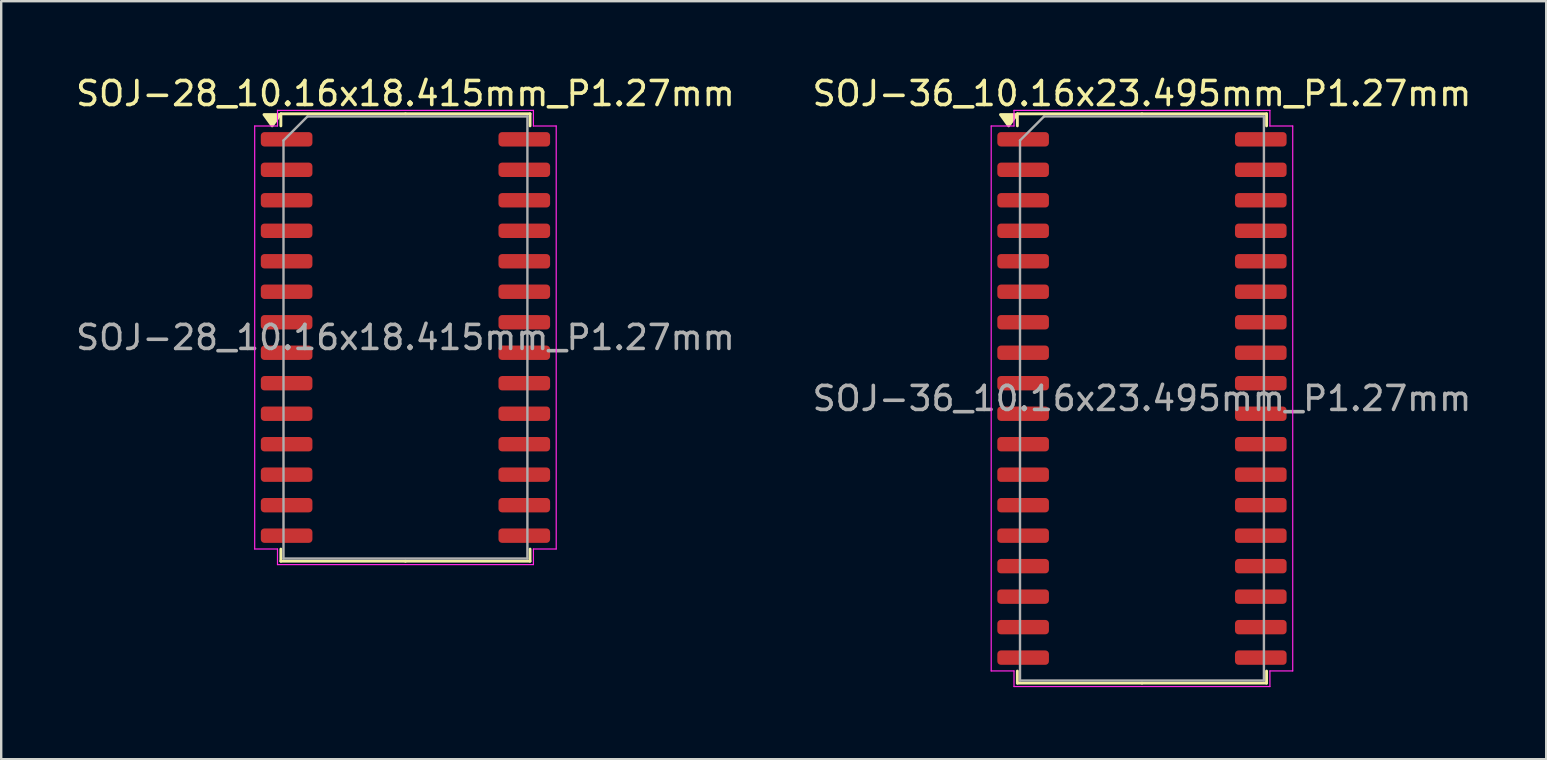
<source format=kicad_pcb>
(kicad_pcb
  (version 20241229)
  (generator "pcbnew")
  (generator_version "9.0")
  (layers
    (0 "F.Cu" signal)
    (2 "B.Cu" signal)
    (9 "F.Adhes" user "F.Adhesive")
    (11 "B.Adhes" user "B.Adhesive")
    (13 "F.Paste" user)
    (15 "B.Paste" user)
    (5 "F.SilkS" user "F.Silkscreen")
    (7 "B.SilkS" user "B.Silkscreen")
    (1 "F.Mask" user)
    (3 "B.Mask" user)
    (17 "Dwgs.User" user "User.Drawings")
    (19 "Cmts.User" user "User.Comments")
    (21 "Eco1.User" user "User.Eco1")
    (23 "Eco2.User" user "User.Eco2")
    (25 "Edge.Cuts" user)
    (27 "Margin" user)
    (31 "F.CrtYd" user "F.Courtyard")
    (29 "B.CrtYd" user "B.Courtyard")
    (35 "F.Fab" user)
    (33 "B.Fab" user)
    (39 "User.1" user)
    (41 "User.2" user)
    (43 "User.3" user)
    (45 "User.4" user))
  (footprint "SOJ-28_10.16x18.415mm_P1.27mm"
    (layer "F.Cu")
    (at 13.839 11.008)
    (property "Reference" "SOJ-28_10.16x18.415mm_P1.27mm" (at 0 -10.16 0) (layer "F.SilkS") (effects (font (size 1 1) (thickness 0.15))))
    (attr smd)
    (fp_line (start -5.19 -9.318) (end -5.19 -8.815) (stroke (width 0.12) (type solid)) (layer "F.SilkS"))
    (fp_line (start -5.19 9.318) (end -5.19 8.815) (stroke (width 0.12) (type solid)) (layer "F.SilkS"))
    (fp_line (start 0 -9.318) (end -5.19 -9.318) (stroke (width 0.12) (type solid)) (layer "F.SilkS"))
    (fp_line (start 0 -9.318) (end 5.19 -9.318) (stroke (width 0.12) (type solid)) (layer "F.SilkS"))
    (fp_line (start 0 9.318) (end -5.19 9.318) (stroke (width 0.12) (type solid)) (layer "F.SilkS"))
    (fp_line (start 0 9.318) (end 5.19 9.318) (stroke (width 0.12) (type solid)) (layer "F.SilkS"))
    (fp_line (start 5.19 -9.318) (end 5.19 -8.815) (stroke (width 0.12) (type solid)) (layer "F.SilkS"))
    (fp_line (start 5.19 9.318) (end 5.19 8.815) (stroke (width 0.12) (type solid)) (layer "F.SilkS"))
    (fp_poly (pts (xy -5.553 -8.815) (xy -5.893 -9.285) (xy -5.213 -9.285)) (stroke (width 0.12) (type solid)) (fill yes) (layer "F.SilkS"))
    (fp_line (start -6.28 -8.81) (end -5.33 -8.81) (stroke (width 0.05) (type solid)) (layer "F.CrtYd"))
    (fp_line (start -6.28 8.81) (end -6.28 -8.81) (stroke (width 0.05) (type solid)) (layer "F.CrtYd"))
    (fp_line (start -5.33 -9.46) (end 5.33 -9.46) (stroke (width 0.05) (type solid)) (layer "F.CrtYd"))
    (fp_line (start -5.33 -8.81) (end -5.33 -9.46) (stroke (width 0.05) (type solid)) (layer "F.CrtYd"))
    (fp_line (start -5.33 8.81) (end -6.28 8.81) (stroke (width 0.05) (type solid)) (layer "F.CrtYd"))
    (fp_line (start -5.33 9.46) (end -5.33 8.81) (stroke (width 0.05) (type solid)) (layer "F.CrtYd"))
    (fp_line (start 5.33 -9.46) (end 5.33 -8.81) (stroke (width 0.05) (type solid)) (layer "F.CrtYd"))
    (fp_line (start 5.33 -8.81) (end 6.28 -8.81) (stroke (width 0.05) (type solid)) (layer "F.CrtYd"))
    (fp_line (start 5.33 8.81) (end 5.33 9.46) (stroke (width 0.05) (type solid)) (layer "F.CrtYd"))
    (fp_line (start 5.33 9.46) (end -5.33 9.46) (stroke (width 0.05) (type solid)) (layer "F.CrtYd"))
    (fp_line (start 6.28 -8.81) (end 6.28 8.81) (stroke (width 0.05) (type solid)) (layer "F.CrtYd"))
    (fp_line (start 6.28 8.81) (end 5.33 8.81) (stroke (width 0.05) (type solid)) (layer "F.CrtYd"))
    (fp_line (start -5.08 -8.207) (end -4.08 -9.207) (stroke (width 0.1) (type solid)) (layer "F.Fab"))
    (fp_line (start -5.08 9.207) (end -5.08 -8.207) (stroke (width 0.1) (type solid)) (layer "F.Fab"))
    (fp_line (start -4.08 -9.207) (end 5.08 -9.207) (stroke (width 0.1) (type solid)) (layer "F.Fab"))
    (fp_line (start 5.08 -9.207) (end 5.08 9.207) (stroke (width 0.1) (type solid)) (layer "F.Fab"))
    (fp_line (start 5.08 9.207) (end -5.08 9.207) (stroke (width 0.1) (type solid)) (layer "F.Fab"))
    (fp_text user "${REFERENCE}" (at 0 0 0) (layer "F.Fab") (effects (font (size 1 1) (thickness 0.15))))
    (pad "1" smd roundrect (at -4.95 -8.255) (size 2.15 0.6) (layers "F.Cu" "F.Mask" "F.Paste") (roundrect_rratio 0.25))
    (pad "2" smd roundrect (at -4.95 -6.985) (size 2.15 0.6) (layers "F.Cu" "F.Mask" "F.Paste") (roundrect_rratio 0.25))
    (pad "3" smd roundrect (at -4.95 -5.715) (size 2.15 0.6) (layers "F.Cu" "F.Mask" "F.Paste") (roundrect_rratio 0.25))
    (pad "4" smd roundrect (at -4.95 -4.445) (size 2.15 0.6) (layers "F.Cu" "F.Mask" "F.Paste") (roundrect_rratio 0.25))
    (pad "5" smd roundrect (at -4.95 -3.175) (size 2.15 0.6) (layers "F.Cu" "F.Mask" "F.Paste") (roundrect_rratio 0.25))
    (pad "6" smd roundrect (at -4.95 -1.905) (size 2.15 0.6) (layers "F.Cu" "F.Mask" "F.Paste") (roundrect_rratio 0.25))
    (pad "7" smd roundrect (at -4.95 -0.635) (size 2.15 0.6) (layers "F.Cu" "F.Mask" "F.Paste") (roundrect_rratio 0.25))
    (pad "8" smd roundrect (at -4.95 0.635) (size 2.15 0.6) (layers "F.Cu" "F.Mask" "F.Paste") (roundrect_rratio 0.25))
    (pad "9" smd roundrect (at -4.95 1.905) (size 2.15 0.6) (layers "F.Cu" "F.Mask" "F.Paste") (roundrect_rratio 0.25))
    (pad "10" smd roundrect (at -4.95 3.175) (size 2.15 0.6) (layers "F.Cu" "F.Mask" "F.Paste") (roundrect_rratio 0.25))
    (pad "11" smd roundrect (at -4.95 4.445) (size 2.15 0.6) (layers "F.Cu" "F.Mask" "F.Paste") (roundrect_rratio 0.25))
    (pad "12" smd roundrect (at -4.95 5.715) (size 2.15 0.6) (layers "F.Cu" "F.Mask" "F.Paste") (roundrect_rratio 0.25))
    (pad "13" smd roundrect (at -4.95 6.985) (size 2.15 0.6) (layers "F.Cu" "F.Mask" "F.Paste") (roundrect_rratio 0.25))
    (pad "14" smd roundrect (at -4.95 8.255) (size 2.15 0.6) (layers "F.Cu" "F.Mask" "F.Paste") (roundrect_rratio 0.25))
    (pad "15" smd roundrect (at 4.95 8.255) (size 2.15 0.6) (layers "F.Cu" "F.Mask" "F.Paste") (roundrect_rratio 0.25))
    (pad "16" smd roundrect (at 4.95 6.985) (size 2.15 0.6) (layers "F.Cu" "F.Mask" "F.Paste") (roundrect_rratio 0.25))
    (pad "17" smd roundrect (at 4.95 5.715) (size 2.15 0.6) (layers "F.Cu" "F.Mask" "F.Paste") (roundrect_rratio 0.25))
    (pad "18" smd roundrect (at 4.95 4.445) (size 2.15 0.6) (layers "F.Cu" "F.Mask" "F.Paste") (roundrect_rratio 0.25))
    (pad "19" smd roundrect (at 4.95 3.175) (size 2.15 0.6) (layers "F.Cu" "F.Mask" "F.Paste") (roundrect_rratio 0.25))
    (pad "20" smd roundrect (at 4.95 1.905) (size 2.15 0.6) (layers "F.Cu" "F.Mask" "F.Paste") (roundrect_rratio 0.25))
    (pad "21" smd roundrect (at 4.95 0.635) (size 2.15 0.6) (layers "F.Cu" "F.Mask" "F.Paste") (roundrect_rratio 0.25))
    (pad "22" smd roundrect (at 4.95 -0.635) (size 2.15 0.6) (layers "F.Cu" "F.Mask" "F.Paste") (roundrect_rratio 0.25))
    (pad "23" smd roundrect (at 4.95 -1.905) (size 2.15 0.6) (layers "F.Cu" "F.Mask" "F.Paste") (roundrect_rratio 0.25))
    (pad "24" smd roundrect (at 4.95 -3.175) (size 2.15 0.6) (layers "F.Cu" "F.Mask" "F.Paste") (roundrect_rratio 0.25))
    (pad "25" smd roundrect (at 4.95 -4.445) (size 2.15 0.6) (layers "F.Cu" "F.Mask" "F.Paste") (roundrect_rratio 0.25))
    (pad "26" smd roundrect (at 4.95 -5.715) (size 2.15 0.6) (layers "F.Cu" "F.Mask" "F.Paste") (roundrect_rratio 0.25))
    (pad "27" smd roundrect (at 4.95 -6.985) (size 2.15 0.6) (layers "F.Cu" "F.Mask" "F.Paste") (roundrect_rratio 0.25))
    (pad "28" smd roundrect (at 4.95 -8.255) (size 2.15 0.6) (layers "F.Cu" "F.Mask" "F.Paste") (roundrect_rratio 0.25)))
  (footprint "SOJ-36_10.16x23.495mm_P1.27mm"
    (layer "F.Cu")
    (at 44.518 13.548)
    (property "Reference" "SOJ-36_10.16x23.495mm_P1.27mm" (at 0 -12.7 0) (layer "F.SilkS") (effects (font (size 1 1) (thickness 0.15))))
    (attr smd)
    (fp_line (start -5.19 -11.857) (end -5.19 -11.355) (stroke (width 0.12) (type solid)) (layer "F.SilkS"))
    (fp_line (start -5.19 11.857) (end -5.19 11.355) (stroke (width 0.12) (type solid)) (layer "F.SilkS"))
    (fp_line (start 0 -11.857) (end -5.19 -11.857) (stroke (width 0.12) (type solid)) (layer "F.SilkS"))
    (fp_line (start 0 -11.857) (end 5.19 -11.857) (stroke (width 0.12) (type solid)) (layer "F.SilkS"))
    (fp_line (start 0 11.857) (end -5.19 11.857) (stroke (width 0.12) (type solid)) (layer "F.SilkS"))
    (fp_line (start 0 11.857) (end 5.19 11.857) (stroke (width 0.12) (type solid)) (layer "F.SilkS"))
    (fp_line (start 5.19 -11.857) (end 5.19 -11.355) (stroke (width 0.12) (type solid)) (layer "F.SilkS"))
    (fp_line (start 5.19 11.857) (end 5.19 11.355) (stroke (width 0.12) (type solid)) (layer "F.SilkS"))
    (fp_poly (pts (xy -5.553 -11.355) (xy -5.893 -11.825) (xy -5.213 -11.825)) (stroke (width 0.12) (type solid)) (fill yes) (layer "F.SilkS"))
    (fp_line (start -6.28 -11.35) (end -5.33 -11.35) (stroke (width 0.05) (type solid)) (layer "F.CrtYd"))
    (fp_line (start -6.28 11.35) (end -6.28 -11.35) (stroke (width 0.05) (type solid)) (layer "F.CrtYd"))
    (fp_line (start -5.33 -12) (end 5.33 -12) (stroke (width 0.05) (type solid)) (layer "F.CrtYd"))
    (fp_line (start -5.33 -11.35) (end -5.33 -12) (stroke (width 0.05) (type solid)) (layer "F.CrtYd"))
    (fp_line (start -5.33 11.35) (end -6.28 11.35) (stroke (width 0.05) (type solid)) (layer "F.CrtYd"))
    (fp_line (start -5.33 12) (end -5.33 11.35) (stroke (width 0.05) (type solid)) (layer "F.CrtYd"))
    (fp_line (start 5.33 -12) (end 5.33 -11.35) (stroke (width 0.05) (type solid)) (layer "F.CrtYd"))
    (fp_line (start 5.33 -11.35) (end 6.28 -11.35) (stroke (width 0.05) (type solid)) (layer "F.CrtYd"))
    (fp_line (start 5.33 11.35) (end 5.33 12) (stroke (width 0.05) (type solid)) (layer "F.CrtYd"))
    (fp_line (start 5.33 12) (end -5.33 12) (stroke (width 0.05) (type solid)) (layer "F.CrtYd"))
    (fp_line (start 6.28 -11.35) (end 6.28 11.35) (stroke (width 0.05) (type solid)) (layer "F.CrtYd"))
    (fp_line (start 6.28 11.35) (end 5.33 11.35) (stroke (width 0.05) (type solid)) (layer "F.CrtYd"))
    (fp_line (start -5.08 -10.748) (end -4.08 -11.748) (stroke (width 0.1) (type solid)) (layer "F.Fab"))
    (fp_line (start -5.08 11.748) (end -5.08 -10.748) (stroke (width 0.1) (type solid)) (layer "F.Fab"))
    (fp_line (start -4.08 -11.748) (end 5.08 -11.748) (stroke (width 0.1) (type solid)) (layer "F.Fab"))
    (fp_line (start 5.08 -11.748) (end 5.08 11.748) (stroke (width 0.1) (type solid)) (layer "F.Fab"))
    (fp_line (start 5.08 11.748) (end -5.08 11.748) (stroke (width 0.1) (type solid)) (layer "F.Fab"))
    (fp_text user "${REFERENCE}" (at 0 0 0) (layer "F.Fab") (effects (font (size 1 1) (thickness 0.15))))
    (pad "1" smd roundrect (at -4.95 -10.795) (size 2.15 0.6) (layers "F.Cu" "F.Mask" "F.Paste") (roundrect_rratio 0.25))
    (pad "2" smd roundrect (at -4.95 -9.525) (size 2.15 0.6) (layers "F.Cu" "F.Mask" "F.Paste") (roundrect_rratio 0.25))
    (pad "3" smd roundrect (at -4.95 -8.255) (size 2.15 0.6) (layers "F.Cu" "F.Mask" "F.Paste") (roundrect_rratio 0.25))
    (pad "4" smd roundrect (at -4.95 -6.985) (size 2.15 0.6) (layers "F.Cu" "F.Mask" "F.Paste") (roundrect_rratio 0.25))
    (pad "5" smd roundrect (at -4.95 -5.715) (size 2.15 0.6) (layers "F.Cu" "F.Mask" "F.Paste") (roundrect_rratio 0.25))
    (pad "6" smd roundrect (at -4.95 -4.445) (size 2.15 0.6) (layers "F.Cu" "F.Mask" "F.Paste") (roundrect_rratio 0.25))
    (pad "7" smd roundrect (at -4.95 -3.175) (size 2.15 0.6) (layers "F.Cu" "F.Mask" "F.Paste") (roundrect_rratio 0.25))
    (pad "8" smd roundrect (at -4.95 -1.905) (size 2.15 0.6) (layers "F.Cu" "F.Mask" "F.Paste") (roundrect_rratio 0.25))
    (pad "9" smd roundrect (at -4.95 -0.635) (size 2.15 0.6) (layers "F.Cu" "F.Mask" "F.Paste") (roundrect_rratio 0.25))
    (pad "10" smd roundrect (at -4.95 0.635) (size 2.15 0.6) (layers "F.Cu" "F.Mask" "F.Paste") (roundrect_rratio 0.25))
    (pad "11" smd roundrect (at -4.95 1.905) (size 2.15 0.6) (layers "F.Cu" "F.Mask" "F.Paste") (roundrect_rratio 0.25))
    (pad "12" smd roundrect (at -4.95 3.175) (size 2.15 0.6) (layers "F.Cu" "F.Mask" "F.Paste") (roundrect_rratio 0.25))
    (pad "13" smd roundrect (at -4.95 4.445) (size 2.15 0.6) (layers "F.Cu" "F.Mask" "F.Paste") (roundrect_rratio 0.25))
    (pad "14" smd roundrect (at -4.95 5.715) (size 2.15 0.6) (layers "F.Cu" "F.Mask" "F.Paste") (roundrect_rratio 0.25))
    (pad "15" smd roundrect (at -4.95 6.985) (size 2.15 0.6) (layers "F.Cu" "F.Mask" "F.Paste") (roundrect_rratio 0.25))
    (pad "16" smd roundrect (at -4.95 8.255) (size 2.15 0.6) (layers "F.Cu" "F.Mask" "F.Paste") (roundrect_rratio 0.25))
    (pad "17" smd roundrect (at -4.95 9.525) (size 2.15 0.6) (layers "F.Cu" "F.Mask" "F.Paste") (roundrect_rratio 0.25))
    (pad "18" smd roundrect (at -4.95 10.795) (size 2.15 0.6) (layers "F.Cu" "F.Mask" "F.Paste") (roundrect_rratio 0.25))
    (pad "19" smd roundrect (at 4.95 10.795) (size 2.15 0.6) (layers "F.Cu" "F.Mask" "F.Paste") (roundrect_rratio 0.25))
    (pad "20" smd roundrect (at 4.95 9.525) (size 2.15 0.6) (layers "F.Cu" "F.Mask" "F.Paste") (roundrect_rratio 0.25))
    (pad "21" smd roundrect (at 4.95 8.255) (size 2.15 0.6) (layers "F.Cu" "F.Mask" "F.Paste") (roundrect_rratio 0.25))
    (pad "22" smd roundrect (at 4.95 6.985) (size 2.15 0.6) (layers "F.Cu" "F.Mask" "F.Paste") (roundrect_rratio 0.25))
    (pad "23" smd roundrect (at 4.95 5.715) (size 2.15 0.6) (layers "F.Cu" "F.Mask" "F.Paste") (roundrect_rratio 0.25))
    (pad "24" smd roundrect (at 4.95 4.445) (size 2.15 0.6) (layers "F.Cu" "F.Mask" "F.Paste") (roundrect_rratio 0.25))
    (pad "25" smd roundrect (at 4.95 3.175) (size 2.15 0.6) (layers "F.Cu" "F.Mask" "F.Paste") (roundrect_rratio 0.25))
    (pad "26" smd roundrect (at 4.95 1.905) (size 2.15 0.6) (layers "F.Cu" "F.Mask" "F.Paste") (roundrect_rratio 0.25))
    (pad "27" smd roundrect (at 4.95 0.635) (size 2.15 0.6) (layers "F.Cu" "F.Mask" "F.Paste") (roundrect_rratio 0.25))
    (pad "28" smd roundrect (at 4.95 -0.635) (size 2.15 0.6) (layers "F.Cu" "F.Mask" "F.Paste") (roundrect_rratio 0.25))
    (pad "29" smd roundrect (at 4.95 -1.905) (size 2.15 0.6) (layers "F.Cu" "F.Mask" "F.Paste") (roundrect_rratio 0.25))
    (pad "30" smd roundrect (at 4.95 -3.175) (size 2.15 0.6) (layers "F.Cu" "F.Mask" "F.Paste") (roundrect_rratio 0.25))
    (pad "31" smd roundrect (at 4.95 -4.445) (size 2.15 0.6) (layers "F.Cu" "F.Mask" "F.Paste") (roundrect_rratio 0.25))
    (pad "32" smd roundrect (at 4.95 -5.715) (size 2.15 0.6) (layers "F.Cu" "F.Mask" "F.Paste") (roundrect_rratio 0.25))
    (pad "33" smd roundrect (at 4.95 -6.985) (size 2.15 0.6) (layers "F.Cu" "F.Mask" "F.Paste") (roundrect_rratio 0.25))
    (pad "34" smd roundrect (at 4.95 -8.255) (size 2.15 0.6) (layers "F.Cu" "F.Mask" "F.Paste") (roundrect_rratio 0.25))
    (pad "35" smd roundrect (at 4.95 -9.525) (size 2.15 0.6) (layers "F.Cu" "F.Mask" "F.Paste") (roundrect_rratio 0.25))
    (pad "36" smd roundrect (at 4.95 -10.795) (size 2.15 0.6) (layers "F.Cu" "F.Mask" "F.Paste") (roundrect_rratio 0.25)))
  (gr_rect
    (start -3 -3)
    (end 61.357 28.573)
    (stroke (width 0.1) (type default))
    (fill no)
    (layer "Edge.Cuts")))
</source>
